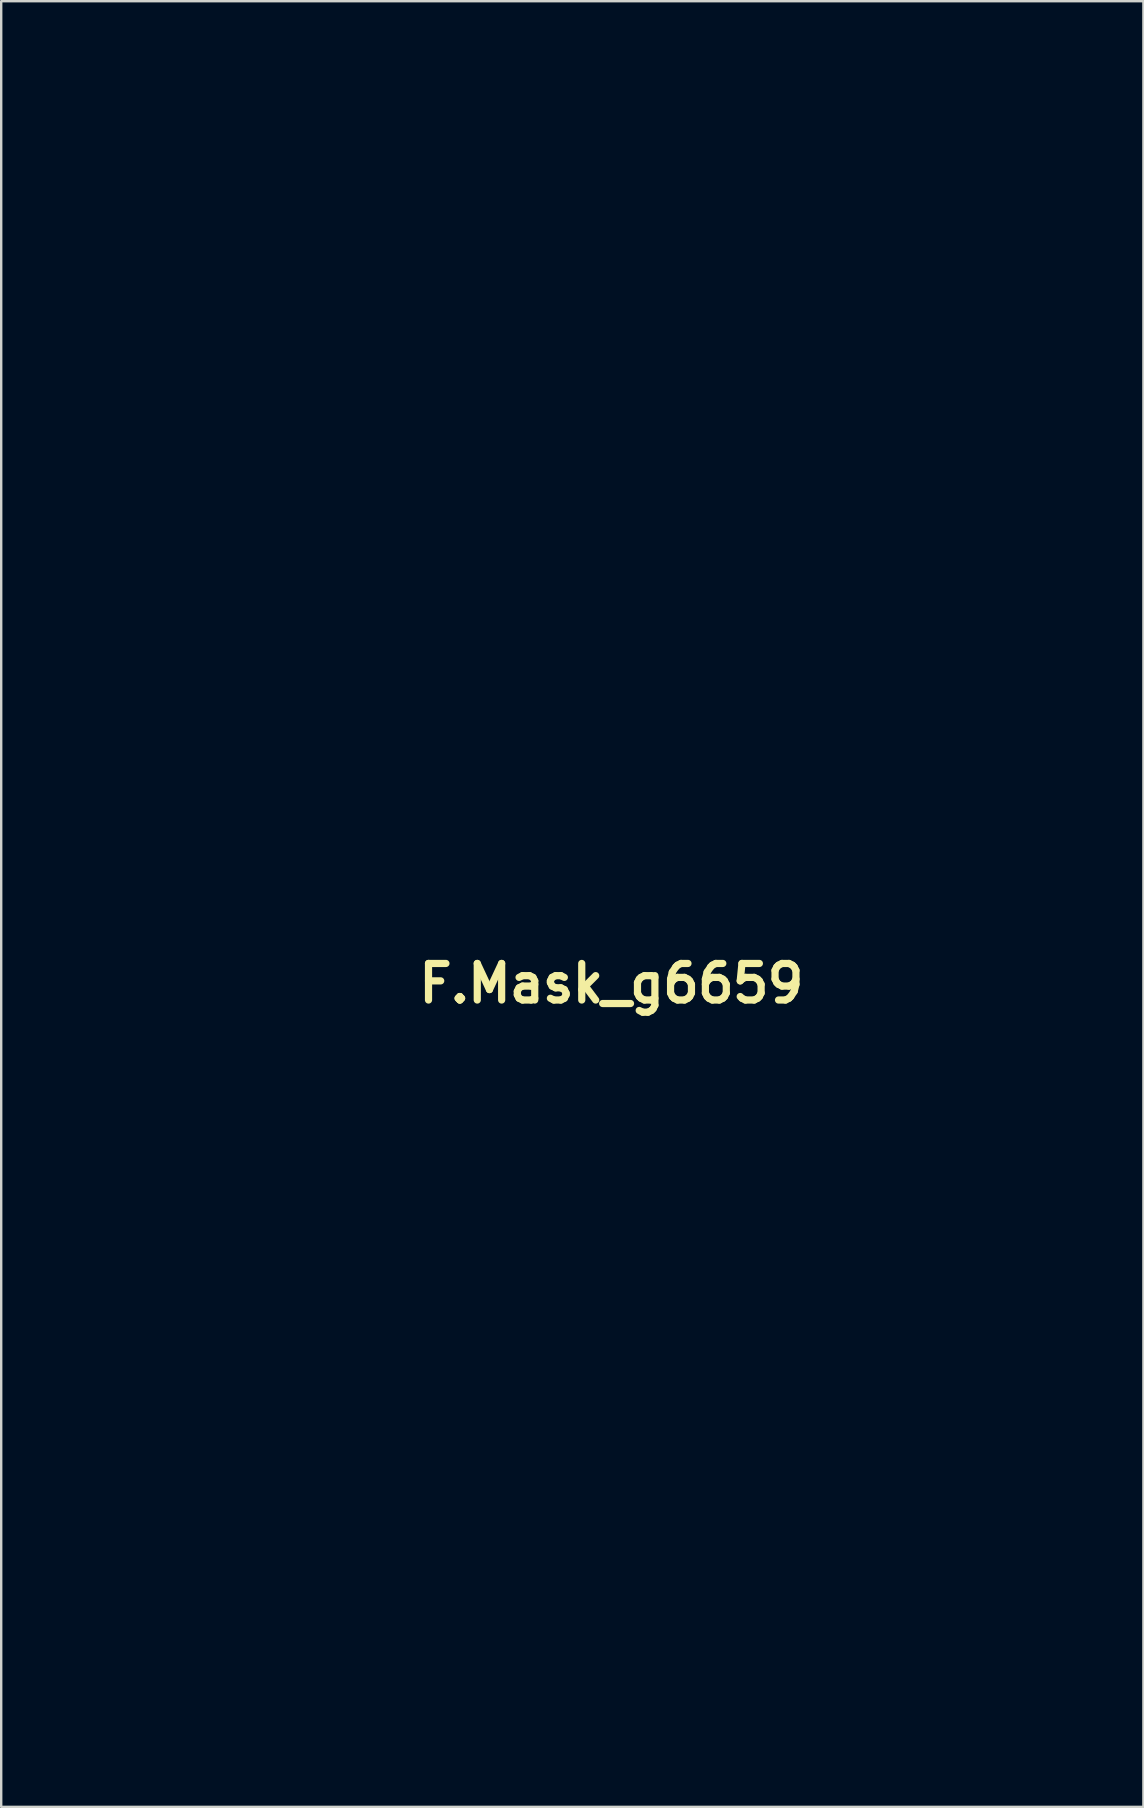
<source format=kicad_pcb>
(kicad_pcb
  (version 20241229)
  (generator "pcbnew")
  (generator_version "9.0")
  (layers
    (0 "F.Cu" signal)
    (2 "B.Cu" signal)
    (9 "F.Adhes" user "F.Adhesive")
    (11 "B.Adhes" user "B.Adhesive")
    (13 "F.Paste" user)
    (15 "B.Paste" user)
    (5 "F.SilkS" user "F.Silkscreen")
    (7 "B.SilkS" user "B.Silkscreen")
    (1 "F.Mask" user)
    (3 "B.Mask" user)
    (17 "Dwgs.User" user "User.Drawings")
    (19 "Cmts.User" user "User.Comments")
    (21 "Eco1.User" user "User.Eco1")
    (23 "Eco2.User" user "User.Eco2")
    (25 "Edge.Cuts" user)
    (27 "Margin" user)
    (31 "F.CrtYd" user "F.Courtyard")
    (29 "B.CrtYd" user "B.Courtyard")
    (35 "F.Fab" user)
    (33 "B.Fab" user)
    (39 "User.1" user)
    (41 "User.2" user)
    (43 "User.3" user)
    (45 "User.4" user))
  (footprint "F.Mask_g6659"
    (layer "F.Cu")
    (at 22.428 37.936)
    (property "Reference" "F.Mask_g6659" (at 0 0 0) (layer "F.SilkS") (effects (font (size 1.524 1.524) (thickness 0.3))))
    (attr through_hole)
    (fp_poly (pts (xy -8 -31.444) (xy -7.606 -31.283) (xy -7.312 -31.003) (xy -7.221 -30.861) (xy -7.061 -30.497) (xy -7.036 -30.216) (xy -7.144 -30.026) (xy -7.245 -29.97) (xy -7.405 -29.917) (xy -7.549 -29.902) (xy -7.741 -29.925) (xy -7.959 -29.968) (xy -8.416 -30.103) (xy -8.817 -30.295) (xy -9.133 -30.526) (xy -9.336 -30.775) (xy -9.398 -30.991) (xy -9.336 -31.235) (xy -9.143 -31.397) (xy -8.81 -31.481) (xy -8.511 -31.496) (xy -8 -31.444)) (stroke (width 0.01) (type solid)) (fill yes) (layer "F.Mask"))
    (fp_poly (pts (xy -2.227 -37.891) (xy -2.062 -37.76) (xy -1.961 -37.516) (xy -1.913 -37.139) (xy -1.905 -36.827) (xy -1.912 -36.443) (xy -1.937 -36.182) (xy -1.988 -36.001) (xy -2.075 -35.852) (xy -2.083 -35.841) (xy -2.3 -35.627) (xy -2.507 -35.581) (xy -2.7 -35.703) (xy -2.789 -35.827) (xy -2.95 -36.186) (xy -3.033 -36.581) (xy -3.045 -36.978) (xy -2.989 -37.344) (xy -2.871 -37.647) (xy -2.696 -37.854) (xy -2.468 -37.931) (xy -2.467 -37.931) (xy -2.227 -37.891)) (stroke (width 0.01) (type solid)) (fill yes) (layer "F.Mask"))
    (fp_poly (pts (xy 2.177 -35.755) (xy 2.37 -35.594) (xy 2.45 -35.357) (xy 2.416 -35.069) (xy 2.269 -34.757) (xy 2.006 -34.446) (xy 1.905 -34.356) (xy 1.54 -34.091) (xy 1.246 -33.968) (xy 1.006 -33.984) (xy 0.801 -34.135) (xy 0.768 -34.174) (xy 0.646 -34.368) (xy 0.594 -34.53) (xy 0.594 -34.534) (xy 0.656 -34.684) (xy 0.816 -34.902) (xy 1.041 -35.155) (xy 1.295 -35.407) (xy 1.544 -35.623) (xy 1.753 -35.77) (xy 1.872 -35.814) (xy 2.177 -35.755)) (stroke (width 0.01) (type solid)) (fill yes) (layer "F.Mask"))
    (fp_poly (pts (xy 3.648 -33.741) (xy 3.813 -33.653) (xy 3.946 -33.431) (xy 3.981 -33.144) (xy 3.92 -32.863) (xy 3.808 -32.697) (xy 3.596 -32.565) (xy 3.286 -32.446) (xy 2.928 -32.353) (xy 2.571 -32.294) (xy 2.264 -32.28) (xy 2.057 -32.321) (xy 2.04 -32.332) (xy 1.963 -32.468) (xy 1.929 -32.704) (xy 1.937 -32.975) (xy 1.985 -33.215) (xy 2.046 -33.333) (xy 2.282 -33.524) (xy 2.61 -33.669) (xy 2.98 -33.76) (xy 3.343 -33.787) (xy 3.648 -33.741)) (stroke (width 0.01) (type solid)) (fill yes) (layer "F.Mask"))
    (fp_poly (pts (xy 3.929 -31.477) (xy 4.072 -31.421) (xy 4.196 -31.322) (xy 4.377 -31.094) (xy 4.409 -30.875) (xy 4.288 -30.651) (xy 4.01 -30.405) (xy 3.885 -30.318) (xy 3.519 -30.1) (xy 3.222 -29.997) (xy 2.944 -30) (xy 2.646 -30.098) (xy 2.48 -30.185) (xy 2.399 -30.293) (xy 2.373 -30.482) (xy 2.371 -30.63) (xy 2.41 -30.979) (xy 2.543 -31.223) (xy 2.788 -31.379) (xy 3.166 -31.463) (xy 3.396 -31.482) (xy 3.721 -31.494) (xy 3.929 -31.477)) (stroke (width 0.01) (type solid)) (fill yes) (layer "F.Mask"))
    (fp_poly (pts (xy -8.259 -33.91) (xy -7.868 -33.809) (xy -7.493 -33.666) (xy -7.185 -33.501) (xy -7.004 -33.344) (xy -6.895 -33.16) (xy -6.891 -32.985) (xy -6.933 -32.843) (xy -7.062 -32.542) (xy -7.217 -32.363) (xy -7.434 -32.288) (xy -7.75 -32.301) (xy -8.016 -32.346) (xy -8.448 -32.474) (xy -8.85 -32.668) (xy -9.081 -32.832) (xy -9.202 -33.042) (xy -9.216 -33.334) (xy -9.122 -33.656) (xy -9.099 -33.702) (xy -8.992 -33.864) (xy -8.85 -33.935) (xy -8.613 -33.949) (xy -8.259 -33.91)) (stroke (width 0.01) (type solid)) (fill yes) (layer "F.Mask"))
    (fp_poly (pts (xy -6.632 -35.691) (xy -6.49 -35.605) (xy -6.298 -35.435) (xy -6.056 -35.197) (xy -5.75 -34.87) (xy -5.57 -34.613) (xy -5.508 -34.398) (xy -5.555 -34.196) (xy -5.679 -34.005) (xy -5.87 -33.836) (xy -6.094 -33.797) (xy -6.377 -33.889) (xy -6.613 -34.023) (xy -6.846 -34.206) (xy -7.095 -34.456) (xy -7.328 -34.732) (xy -7.51 -34.995) (xy -7.61 -35.204) (xy -7.62 -35.262) (xy -7.543 -35.413) (xy -7.343 -35.558) (xy -7.062 -35.669) (xy -6.912 -35.701) (xy -6.761 -35.717) (xy -6.632 -35.691)) (stroke (width 0.01) (type solid)) (fill yes) (layer "F.Mask"))
    (fp_poly (pts (xy -5.104 -37.361) (xy -4.851 -37.265) (xy -4.6 -37.151) (xy -4.295 -36.945) (xy -4.085 -36.641) (xy -3.952 -36.211) (xy -3.931 -36.09) (xy -3.91 -35.844) (xy -3.963 -35.676) (xy -4.093 -35.524) (xy -4.368 -35.343) (xy -4.609 -35.306) (xy -4.766 -35.319) (xy -4.897 -35.376) (xy -5.037 -35.504) (xy -5.221 -35.732) (xy -5.33 -35.877) (xy -5.598 -36.284) (xy -5.736 -36.61) (xy -5.747 -36.88) (xy -5.635 -37.117) (xy -5.544 -37.22) (xy -5.41 -37.335) (xy -5.277 -37.383) (xy -5.104 -37.361)) (stroke (width 0.01) (type solid)) (fill yes) (layer "F.Mask"))
    (fp_poly (pts (xy 0.212 -37.095) (xy 0.41 -37.006) (xy 0.503 -36.831) (xy 0.501 -36.552) (xy 0.412 -36.147) (xy 0.377 -36.024) (xy 0.22 -35.601) (xy 0.025 -35.316) (xy -0.237 -35.137) (xy -0.459 -35.063) (xy -0.766 -34.993) (xy -0.964 -34.974) (xy -1.104 -35.006) (xy -1.181 -35.048) (xy -1.23 -35.105) (xy -1.238 -35.213) (xy -1.202 -35.401) (xy -1.115 -35.699) (xy -1.029 -35.967) (xy -0.863 -36.439) (xy -0.71 -36.766) (xy -0.551 -36.974) (xy -0.367 -37.085) (xy -0.141 -37.121) (xy -0.099 -37.122) (xy 0.212 -37.095)) (stroke (width 0.01) (type solid)) (fill yes) (layer "F.Mask"))
    (fp_poly (pts (xy 12.11 -8.311) (xy 12.678 -8.11) (xy 13.163 -7.799) (xy 13.55 -7.397) (xy 13.827 -6.923) (xy 13.979 -6.396) (xy 13.995 -5.837) (xy 13.86 -5.264) (xy 13.765 -5.043) (xy 13.591 -4.745) (xy 13.39 -4.475) (xy 13.267 -4.351) (xy 12.752 -4.015) (xy 12.157 -3.791) (xy 11.531 -3.693) (xy 10.933 -3.732) (xy 10.323 -3.926) (xy 9.81 -4.236) (xy 9.402 -4.642) (xy 9.112 -5.121) (xy 8.95 -5.652) (xy 8.926 -6.214) (xy 9.052 -6.785) (xy 9.231 -7.174) (xy 9.606 -7.666) (xy 10.091 -8.036) (xy 10.67 -8.277) (xy 11.329 -8.379) (xy 11.47 -8.382) (xy 12.11 -8.311)) (stroke (width 0.01) (type solid)) (fill yes) (layer "F.Mask"))
    (fp_poly (pts (xy -14.066 -7.942) (xy -13.558 -7.745) (xy -13.038 -7.378) (xy -12.651 -6.929) (xy -12.4 -6.422) (xy -12.289 -5.879) (xy -12.321 -5.325) (xy -12.501 -4.782) (xy -12.831 -4.274) (xy -12.983 -4.109) (xy -13.433 -3.734) (xy -13.838 -3.529) (xy -14.237 -3.438) (xy -14.714 -3.397) (xy -15.199 -3.406) (xy -15.622 -3.466) (xy -15.774 -3.509) (xy -16.318 -3.783) (xy -16.784 -4.177) (xy -17.137 -4.656) (xy -17.267 -4.937) (xy -17.344 -5.295) (xy -17.359 -5.736) (xy -17.315 -6.187) (xy -17.216 -6.576) (xy -17.176 -6.67) (xy -16.862 -7.143) (xy -16.43 -7.55) (xy -15.928 -7.845) (xy -15.836 -7.883) (xy -15.273 -8.019) (xy -14.663 -8.038) (xy -14.066 -7.942)) (stroke (width 0.01) (type solid)) (fill yes) (layer "F.Mask"))
    (fp_poly (pts (xy 12.279 19.606) (xy 12.408 19.765) (xy 12.48 19.968) (xy 12.526 20.283) (xy 12.546 20.657) (xy 12.537 21.034) (xy 12.499 21.361) (xy 12.454 21.526) (xy 12.323 21.707) (xy 12.151 21.757) (xy 11.989 21.667) (xy 11.944 21.601) (xy 11.849 21.323) (xy 11.797 20.962) (xy 11.788 20.579) (xy 12.067 20.579) (xy 12.073 20.863) (xy 12.1 21.12) (xy 12.141 21.306) (xy 12.193 21.375) (xy 12.203 21.372) (xy 12.239 21.271) (xy 12.265 21.046) (xy 12.276 20.744) (xy 12.277 20.701) (xy 12.265 20.364) (xy 12.234 20.135) (xy 12.19 20.029) (xy 12.142 20.06) (xy 12.096 20.242) (xy 12.085 20.312) (xy 12.067 20.579) (xy 11.788 20.579) (xy 11.787 20.567) (xy 11.818 20.188) (xy 11.888 19.876) (xy 11.992 19.685) (xy 12.148 19.573) (xy 12.279 19.606)) (stroke (width 0.01) (type solid)) (fill yes) (layer "F.Mask"))
    (fp_poly (pts (xy -18.22 23.342) (xy -18.058 23.529) (xy -17.932 23.82) (xy -17.863 24.198) (xy -17.851 24.606) (xy -17.895 24.986) (xy -17.998 25.283) (xy -18.04 25.346) (xy -18.253 25.524) (xy -18.484 25.578) (xy -18.685 25.507) (xy -18.8 25.348) (xy -18.847 25.133) (xy -18.877 24.812) (xy -18.882 24.662) (xy -18.616 24.662) (xy -18.585 25.013) (xy -18.522 25.225) (xy -18.431 25.29) (xy -18.314 25.2) (xy -18.226 25.055) (xy -18.14 24.751) (xy -18.128 24.37) (xy -18.189 23.988) (xy -18.244 23.823) (xy -18.362 23.608) (xy -18.462 23.557) (xy -18.54 23.667) (xy -18.592 23.935) (xy -18.61 24.179) (xy -18.616 24.662) (xy -18.882 24.662) (xy -18.89 24.434) (xy -18.886 24.049) (xy -18.865 23.707) (xy -18.828 23.456) (xy -18.8 23.375) (xy -18.645 23.227) (xy -18.441 23.219) (xy -18.22 23.342)) (stroke (width 0.01) (type solid)) (fill yes) (layer "F.Mask"))
    (fp_poly (pts (xy 18.002 -8.082) (xy 18.36 -8.07) (xy 18.652 -8.048) (xy 18.837 -8.016) (xy 18.876 -7.997) (xy 18.962 -7.828) (xy 19.038 -7.518) (xy 19.1 -7.096) (xy 19.144 -6.589) (xy 19.166 -6.026) (xy 19.168 -5.927) (xy 19.168 -5.486) (xy 19.155 -5.172) (xy 19.123 -4.939) (xy 19.066 -4.746) (xy 18.979 -4.551) (xy 18.781 -4.149) (xy 17.751 -4.16) (xy 17.333 -4.168) (xy 16.961 -4.18) (xy 16.678 -4.194) (xy 16.527 -4.209) (xy 16.348 -4.322) (xy 16.185 -4.591) (xy 16.035 -5.021) (xy 15.897 -5.616) (xy 15.88 -5.705) (xy 15.739 -6.457) (xy 16.033 -6.726) (xy 16.289 -7.047) (xy 16.384 -7.329) (xy 16.445 -7.652) (xy 16.506 -7.847) (xy 16.589 -7.954) (xy 16.715 -8.012) (xy 16.748 -8.022) (xy 16.951 -8.054) (xy 17.256 -8.075) (xy 17.62 -8.084) (xy 18.002 -8.082)) (stroke (width 0.01) (type solid)) (fill yes) (layer "F.Mask"))
    (fp_poly (pts (xy -8.088 -8.101) (xy -7.857 -8.027) (xy -7.708 -7.886) (xy -7.613 -7.661) (xy -7.545 -7.342) (xy -7.504 -7.02) (xy -7.473 -6.596) (xy -7.454 -6.135) (xy -7.451 -5.874) (xy -7.456 -5.437) (xy -7.475 -5.125) (xy -7.515 -4.893) (xy -7.582 -4.695) (xy -7.641 -4.569) (xy -7.832 -4.191) (xy -8.89 -4.174) (xy -9.313 -4.173) (xy -9.687 -4.184) (xy -9.974 -4.204) (xy -10.132 -4.232) (xy -10.134 -4.233) (xy -10.288 -4.333) (xy -10.418 -4.508) (xy -10.529 -4.778) (xy -10.629 -5.161) (xy -10.724 -5.677) (xy -10.813 -6.292) (xy -10.828 -6.509) (xy -10.781 -6.616) (xy -10.674 -6.663) (xy -10.477 -6.797) (xy -10.316 -7.073) (xy -10.204 -7.466) (xy -10.193 -7.53) (xy -10.142 -7.741) (xy -10.048 -7.891) (xy -9.885 -7.992) (xy -9.625 -8.055) (xy -9.241 -8.094) (xy -8.913 -8.111) (xy -8.431 -8.124) (xy -8.088 -8.101)) (stroke (width 0.01) (type solid)) (fill yes) (layer "F.Mask"))
    (fp_poly (pts (xy -11.946 -2.831) (xy -11.783 -2.631) (xy -11.542 -2.298) (xy -11.296 -2.461) (xy -11.046 -2.59) (xy -10.835 -2.599) (xy -10.62 -2.477) (xy -10.403 -2.265) (xy -10.078 -1.855) (xy -9.839 -1.44) (xy -9.7 -1.051) (xy -9.671 -0.717) (xy -9.725 -0.529) (xy -9.84 -0.414) (xy -10.064 -0.256) (xy -10.355 -0.085) (xy -10.432 -0.044) (xy -10.809 0.168) (xy -11.204 0.416) (xy -11.53 0.647) (xy -11.906 0.906) (xy -12.213 1.04) (xy -12.487 1.057) (xy -12.761 0.966) (xy -12.767 0.963) (xy -12.982 0.819) (xy -13.131 0.658) (xy -13.139 0.644) (xy -13.242 0.485) (xy -13.415 0.253) (xy -13.58 0.048) (xy -13.928 -0.37) (xy -13.928 -1.11) (xy -13.907 -1.588) (xy -13.834 -1.931) (xy -13.692 -2.167) (xy -13.466 -2.327) (xy -13.224 -2.417) (xy -12.916 -2.542) (xy -12.62 -2.711) (xy -12.576 -2.743) (xy -12.318 -2.91) (xy -12.124 -2.942) (xy -11.946 -2.831)) (stroke (width 0.01) (type solid)) (fill yes) (layer "F.Mask"))
    (fp_poly (pts (xy -20.48 -8.117) (xy -20.048 -8.091) (xy -19.678 -8.047) (xy -19.404 -7.99) (xy -19.258 -7.923) (xy -19.245 -7.904) (xy -19.248 -7.754) (xy -19.313 -7.529) (xy -19.345 -7.453) (xy -19.431 -7.246) (xy -19.441 -7.107) (xy -19.365 -6.962) (xy -19.262 -6.824) (xy -19.158 -6.679) (xy -19.095 -6.549) (xy -19.07 -6.396) (xy -19.084 -6.184) (xy -19.135 -5.878) (xy -19.217 -5.461) (xy -19.341 -4.967) (xy -19.498 -4.618) (xy -19.717 -4.388) (xy -20.024 -4.254) (xy -20.447 -4.189) (xy -20.634 -4.179) (xy -20.965 -4.173) (xy -21.24 -4.181) (xy -21.406 -4.201) (xy -21.421 -4.206) (xy -21.693 -4.367) (xy -21.964 -4.599) (xy -22.171 -4.845) (xy -22.231 -4.955) (xy -22.337 -5.33) (xy -22.402 -5.826) (xy -22.423 -6.4) (xy -22.397 -6.98) (xy -22.349 -7.425) (xy -22.276 -7.73) (xy -22.151 -7.922) (xy -21.95 -8.032) (xy -21.646 -8.088) (xy -21.401 -8.108) (xy -20.942 -8.124) (xy -20.48 -8.117)) (stroke (width 0.01) (type solid)) (fill yes) (layer "F.Mask"))
    (fp_poly (pts (xy -16.301 24.243) (xy -16.209 24.32) (xy -16.173 24.38) (xy -16.13 24.546) (xy -16.098 24.834) (xy -16.078 25.205) (xy -16.07 25.62) (xy -16.074 26.038) (xy -16.089 26.423) (xy -16.116 26.733) (xy -16.154 26.93) (xy -16.174 26.969) (xy -16.296 27.081) (xy -16.415 27.096) (xy -16.545 27.003) (xy -16.699 26.788) (xy -16.891 26.437) (xy -17.053 26.109) (xy -17.307 25.544) (xy -17.46 25.101) (xy -17.497 24.853) (xy -17.272 24.853) (xy -17.237 24.968) (xy -17.14 25.201) (xy -16.998 25.518) (xy -16.828 25.878) (xy -16.383 26.793) (xy -16.358 25.821) (xy -16.353 25.413) (xy -16.356 25.051) (xy -16.368 24.779) (xy -16.383 24.65) (xy -16.435 24.523) (xy -16.537 24.483) (xy -16.747 24.51) (xy -17.079 24.61) (xy -17.248 24.755) (xy -17.272 24.853) (xy -17.497 24.853) (xy -17.51 24.768) (xy -17.453 24.528) (xy -17.288 24.367) (xy -17.012 24.271) (xy -16.729 24.233) (xy -16.457 24.219) (xy -16.301 24.243)) (stroke (width 0.01) (type solid)) (fill yes) (layer "F.Mask"))
    (fp_poly (pts (xy 6.107 -8.098) (xy 6.533 -8.081) (xy 6.904 -8.05) (xy 7.182 -8.005) (xy 7.331 -7.945) (xy 7.333 -7.944) (xy 7.415 -7.842) (xy 7.418 -7.737) (xy 7.337 -7.569) (xy 7.291 -7.491) (xy 7.108 -7.179) (xy 7.362 -6.795) (xy 7.509 -6.546) (xy 7.57 -6.334) (xy 7.55 -6.097) (xy 7.455 -5.771) (xy 7.451 -5.757) (xy 7.394 -5.537) (xy 7.339 -5.252) (xy 7.328 -5.175) (xy 7.254 -4.816) (xy 7.13 -4.576) (xy 6.924 -4.404) (xy 6.745 -4.313) (xy 6.409 -4.212) (xy 5.996 -4.161) (xy 5.579 -4.163) (xy 5.23 -4.221) (xy 5.165 -4.243) (xy 4.89 -4.409) (xy 4.618 -4.662) (xy 4.406 -4.944) (xy 4.327 -5.116) (xy 4.25 -5.477) (xy 4.205 -5.915) (xy 4.192 -6.39) (xy 4.208 -6.866) (xy 4.251 -7.302) (xy 4.321 -7.662) (xy 4.414 -7.906) (xy 4.454 -7.959) (xy 4.597 -8.017) (xy 4.871 -8.059) (xy 5.239 -8.087) (xy 5.663 -8.1) (xy 6.107 -8.098)) (stroke (width 0.01) (type solid)) (fill yes) (layer "F.Mask"))
    (fp_poly (pts (xy 11.966 24.175) (xy 12.135 24.416) (xy 12.243 24.697) (xy 12.335 25.192) (xy 12.314 25.692) (xy 12.175 26.246) (xy 12.108 26.438) (xy 11.991 26.718) (xy 11.889 26.868) (xy 11.776 26.922) (xy 11.737 26.924) (xy 11.54 26.881) (xy 11.447 26.822) (xy 11.407 26.7) (xy 11.377 26.447) (xy 11.356 26.103) (xy 11.345 25.706) (xy 11.345 25.375) (xy 11.602 25.375) (xy 11.603 25.734) (xy 11.612 26.074) (xy 11.629 26.355) (xy 11.654 26.537) (xy 11.677 26.585) (xy 11.744 26.512) (xy 11.836 26.322) (xy 11.903 26.141) (xy 12.036 25.518) (xy 12.008 24.939) (xy 11.945 24.701) (xy 11.845 24.464) (xy 11.755 24.395) (xy 11.678 24.494) (xy 11.653 24.575) (xy 11.626 24.755) (xy 11.609 25.035) (xy 11.602 25.375) (xy 11.345 25.375) (xy 11.345 25.295) (xy 11.355 24.908) (xy 11.375 24.585) (xy 11.407 24.364) (xy 11.428 24.304) (xy 11.592 24.109) (xy 11.778 24.07) (xy 11.966 24.175)) (stroke (width 0.01) (type solid)) (fill yes) (layer "F.Mask"))
    (fp_poly (pts (xy 14.679 -2.843) (xy 14.855 -2.63) (xy 15.086 -2.298) (xy 15.353 -2.461) (xy 15.568 -2.57) (xy 15.742 -2.623) (xy 15.759 -2.624) (xy 15.888 -2.56) (xy 16.079 -2.389) (xy 16.298 -2.15) (xy 16.515 -1.879) (xy 16.698 -1.612) (xy 16.809 -1.405) (xy 16.928 -1.026) (xy 16.925 -0.72) (xy 16.787 -0.462) (xy 16.501 -0.226) (xy 16.189 -0.05) (xy 15.831 0.149) (xy 15.425 0.402) (xy 15.056 0.655) (xy 15.038 0.669) (xy 14.721 0.895) (xy 14.492 1.027) (xy 14.309 1.077) (xy 14.129 1.06) (xy 13.954 1.004) (xy 13.802 0.902) (xy 13.586 0.7) (xy 13.342 0.432) (xy 13.22 0.284) (xy 12.902 -0.159) (xy 12.711 -0.553) (xy 12.632 -0.946) (xy 12.653 -1.384) (xy 12.699 -1.648) (xy 12.806 -2.001) (xy 12.972 -2.227) (xy 13.235 -2.367) (xy 13.42 -2.417) (xy 13.646 -2.507) (xy 13.905 -2.66) (xy 13.986 -2.719) (xy 14.268 -2.903) (xy 14.487 -2.946) (xy 14.679 -2.843)) (stroke (width 0.01) (type solid)) (fill yes) (layer "F.Mask"))
    (fp_poly (pts (xy -15.542 19.252) (xy -15.447 19.362) (xy -15.376 19.567) (xy -15.325 19.887) (xy -15.291 20.337) (xy -15.269 20.938) (xy -15.268 20.989) (xy -15.258 21.498) (xy -15.258 21.865) (xy -15.269 22.118) (xy -15.295 22.284) (xy -15.336 22.391) (xy -15.379 22.449) (xy -15.602 22.585) (xy -15.856 22.58) (xy -16.045 22.466) (xy -16.237 22.157) (xy -16.331 21.716) (xy -16.328 21.276) (xy -16.038 21.276) (xy -16.031 21.701) (xy -15.966 22.023) (xy -15.881 22.176) (xy -15.758 22.285) (xy -15.666 22.292) (xy -15.604 22.184) (xy -15.565 21.947) (xy -15.547 21.567) (xy -15.545 21.049) (xy -15.558 20.472) (xy -15.584 20.062) (xy -15.624 19.818) (xy -15.68 19.741) (xy -15.75 19.828) (xy -15.837 20.079) (xy -15.881 20.246) (xy -15.988 20.78) (xy -16.038 21.276) (xy -16.328 21.276) (xy -16.328 21.149) (xy -16.226 20.463) (xy -16.215 20.41) (xy -16.091 19.893) (xy -15.969 19.531) (xy -15.842 19.313) (xy -15.703 19.223) (xy -15.666 19.219) (xy -15.542 19.252)) (stroke (width 0.01) (type solid)) (fill yes) (layer "F.Mask"))
    (fp_poly (pts (xy 13.69 23.305) (xy 13.896 23.332) (xy 13.955 23.355) (xy 14.068 23.515) (xy 14.144 23.798) (xy 14.182 24.161) (xy 14.18 24.559) (xy 14.135 24.95) (xy 14.047 25.29) (xy 14.045 25.294) (xy 13.917 25.45) (xy 13.732 25.47) (xy 13.538 25.35) (xy 13.526 25.337) (xy 13.436 25.192) (xy 13.31 24.936) (xy 13.17 24.613) (xy 13.118 24.484) (xy 12.98 24.114) (xy 12.909 23.857) (xy 12.898 23.717) (xy 13.208 23.717) (xy 13.241 23.962) (xy 13.373 24.331) (xy 13.382 24.352) (xy 13.5 24.633) (xy 13.605 24.883) (xy 13.642 24.972) (xy 13.725 25.103) (xy 13.795 25.076) (xy 13.847 24.903) (xy 13.878 24.594) (xy 13.884 24.337) (xy 13.87 23.958) (xy 13.815 23.717) (xy 13.703 23.587) (xy 13.519 23.54) (xy 13.445 23.537) (xy 13.276 23.58) (xy 13.208 23.717) (xy 12.898 23.717) (xy 12.894 23.675) (xy 12.92 23.553) (xy 12.989 23.414) (xy 13.104 23.342) (xy 13.319 23.31) (xy 13.421 23.304) (xy 13.69 23.305)) (stroke (width 0.01) (type solid)) (fill yes) (layer "F.Mask"))
    (fp_poly (pts (xy -12.003 -13.067) (xy -11.471 -12.821) (xy -11.304 -12.701) (xy -11.054 -12.536) (xy -10.801 -12.419) (xy -10.734 -12.4) (xy -10.528 -12.306) (xy -10.268 -12.119) (xy -10.062 -11.932) (xy -9.815 -11.654) (xy -9.672 -11.398) (xy -9.637 -11.143) (xy -9.717 -10.868) (xy -9.916 -10.552) (xy -10.24 -10.174) (xy -10.634 -9.773) (xy -10.979 -9.438) (xy -11.237 -9.209) (xy -11.438 -9.068) (xy -11.613 -9.001) (xy -11.795 -8.99) (xy -12.013 -9.021) (xy -12.078 -9.033) (xy -12.25 -9.149) (xy -12.343 -9.409) (xy -12.36 -9.631) (xy -12.428 -9.779) (xy -12.63 -9.823) (xy -12.965 -9.763) (xy -13.219 -9.682) (xy -13.475 -9.609) (xy -13.679 -9.583) (xy -13.74 -9.591) (xy -13.818 -9.702) (xy -13.883 -9.948) (xy -13.932 -10.295) (xy -13.96 -10.71) (xy -13.965 -11.159) (xy -13.949 -11.528) (xy -13.918 -11.855) (xy -13.867 -12.071) (xy -13.773 -12.235) (xy -13.621 -12.4) (xy -13.4 -12.632) (xy -13.199 -12.865) (xy -13.153 -12.924) (xy -13.003 -13.082) (xy -12.827 -13.149) (xy -12.602 -13.158) (xy -12.003 -13.067)) (stroke (width 0.01) (type solid)) (fill yes) (layer "F.Mask"))
    (fp_poly (pts (xy 9.848 24.815) (xy 10.068 24.911) (xy 10.331 25.068) (xy 10.486 25.248) (xy 10.569 25.442) (xy 10.65 25.939) (xy 10.591 26.502) (xy 10.397 27.111) (xy 10.074 27.745) (xy 10.019 27.834) (xy 9.798 28.134) (xy 9.609 28.271) (xy 9.446 28.246) (xy 9.301 28.06) (xy 9.254 27.961) (xy 9.15 27.591) (xy 9.089 27.109) (xy 9.078 26.701) (xy 9.356 26.701) (xy 9.377 27.157) (xy 9.435 27.554) (xy 9.495 27.761) (xy 9.578 27.978) (xy 9.811 27.599) (xy 9.983 27.292) (xy 10.141 26.967) (xy 10.187 26.859) (xy 10.268 26.559) (xy 10.317 26.193) (xy 10.329 25.828) (xy 10.301 25.531) (xy 10.277 25.446) (xy 10.169 25.315) (xy 9.979 25.183) (xy 9.965 25.175) (xy 9.784 25.093) (xy 9.683 25.098) (xy 9.603 25.184) (xy 9.495 25.426) (xy 9.417 25.79) (xy 9.37 26.23) (xy 9.356 26.701) (xy 9.078 26.701) (xy 9.075 26.568) (xy 9.111 26.021) (xy 9.134 25.848) (xy 9.223 25.363) (xy 9.324 25.032) (xy 9.452 24.841) (xy 9.621 24.773) (xy 9.848 24.815)) (stroke (width 0.01) (type solid)) (fill yes) (layer "F.Mask"))
    (fp_poly (pts (xy 14.342 -13.131) (xy 14.733 -13.026) (xy 15.087 -12.866) (xy 15.198 -12.796) (xy 15.5 -12.603) (xy 15.834 -12.423) (xy 15.917 -12.384) (xy 16.206 -12.216) (xy 16.505 -11.986) (xy 16.627 -11.87) (xy 16.815 -11.662) (xy 16.907 -11.501) (xy 16.93 -11.316) (xy 16.914 -11.09) (xy 16.872 -10.853) (xy 16.779 -10.633) (xy 16.617 -10.401) (xy 16.363 -10.128) (xy 15.997 -9.786) (xy 15.943 -9.737) (xy 15.802 -9.6) (xy 15.606 -9.398) (xy 15.507 -9.292) (xy 15.207 -9.051) (xy 14.89 -8.973) (xy 14.528 -9.051) (xy 14.511 -9.058) (xy 14.365 -9.19) (xy 14.28 -9.459) (xy 14.277 -9.476) (xy 14.231 -9.695) (xy 14.156 -9.794) (xy 14.007 -9.818) (xy 13.948 -9.818) (xy 13.679 -9.777) (xy 13.462 -9.694) (xy 13.205 -9.595) (xy 12.964 -9.578) (xy 12.793 -9.643) (xy 12.751 -9.701) (xy 12.732 -9.833) (xy 12.716 -10.097) (xy 12.705 -10.459) (xy 12.7 -10.882) (xy 12.7 -10.971) (xy 12.7 -12.106) (xy 12.963 -12.34) (xy 13.167 -12.553) (xy 13.329 -12.777) (xy 13.348 -12.809) (xy 13.507 -13.009) (xy 13.689 -13.129) (xy 13.975 -13.17) (xy 14.342 -13.131)) (stroke (width 0.01) (type solid)) (fill yes) (layer "F.Mask"))
    (fp_poly (pts (xy -17.117 -13.163) (xy -17.083 -12.967) (xy -17.09 -12.825) (xy -17.116 -12.531) (xy -16.725 -12.531) (xy -16.482 -12.521) (xy -16.344 -12.464) (xy -16.245 -12.317) (xy -16.179 -12.171) (xy -16.043 -11.911) (xy -15.89 -11.697) (xy -15.844 -11.65) (xy -15.716 -11.497) (xy -15.678 -11.322) (xy -15.732 -11.093) (xy -15.884 -10.779) (xy -16.005 -10.568) (xy -16.232 -10.214) (xy -16.424 -9.988) (xy -16.612 -9.867) (xy -16.829 -9.823) (xy -16.901 -9.821) (xy -17.127 -9.799) (xy -17.428 -9.725) (xy -17.84 -9.591) (xy -17.977 -9.543) (xy -18.201 -9.411) (xy -18.347 -9.258) (xy -18.508 -9.103) (xy -18.679 -9.068) (xy -18.809 -9.158) (xy -18.833 -9.213) (xy -18.899 -9.347) (xy -19.038 -9.586) (xy -19.224 -9.89) (xy -19.437 -10.225) (xy -19.651 -10.552) (xy -19.844 -10.836) (xy -19.978 -11.02) (xy -20.094 -11.223) (xy -20.147 -11.421) (xy -20.13 -11.562) (xy -20.066 -11.599) (xy -19.96 -11.652) (xy -19.78 -11.787) (xy -19.653 -11.896) (xy -19.396 -12.093) (xy -19.063 -12.302) (xy -18.785 -12.45) (xy -18.409 -12.639) (xy -18.005 -12.859) (xy -17.751 -13.008) (xy -17.435 -13.179) (xy -17.229 -13.232) (xy -17.117 -13.163)) (stroke (width 0.01) (type solid)) (fill yes) (layer "F.Mask"))
    (fp_poly (pts (xy 9.539 -13.124) (xy 9.527 -12.882) (xy 9.524 -12.866) (xy 9.469 -12.54) (xy 9.877 -12.514) (xy 10.125 -12.489) (xy 10.272 -12.424) (xy 10.381 -12.277) (xy 10.467 -12.104) (xy 10.601 -11.855) (xy 10.734 -11.662) (xy 10.786 -11.607) (xy 10.898 -11.442) (xy 10.9 -11.211) (xy 10.791 -10.895) (xy 10.579 -10.501) (xy 10.366 -10.171) (xy 10.181 -9.967) (xy 9.984 -9.861) (xy 9.736 -9.824) (xy 9.652 -9.821) (xy 9.382 -9.785) (xy 9.061 -9.695) (xy 8.739 -9.57) (xy 8.465 -9.431) (xy 8.289 -9.297) (xy 8.256 -9.25) (xy 8.126 -9.09) (xy 7.964 -9.083) (xy 7.801 -9.226) (xy 7.742 -9.323) (xy 7.595 -9.581) (xy 7.381 -9.922) (xy 7.136 -10.295) (xy 6.894 -10.647) (xy 6.69 -10.925) (xy 6.65 -10.976) (xy 6.48 -11.232) (xy 6.454 -11.426) (xy 6.571 -11.591) (xy 6.668 -11.661) (xy 6.875 -11.816) (xy 7.027 -11.961) (xy 7.16 -12.069) (xy 7.4 -12.221) (xy 7.702 -12.39) (xy 7.789 -12.435) (xy 8.167 -12.631) (xy 8.562 -12.841) (xy 8.893 -13.022) (xy 8.91 -13.031) (xy 9.171 -13.163) (xy 9.38 -13.24) (xy 9.487 -13.247) (xy 9.539 -13.124)) (stroke (width 0.01) (type solid)) (fill yes) (layer "F.Mask"))
    (fp_poly (pts (xy 11.097 19.471) (xy 11.235 19.715) (xy 11.339 20.115) (xy 11.409 20.665) (xy 11.442 21.362) (xy 11.444 21.48) (xy 11.443 21.913) (xy 11.423 22.214) (xy 11.381 22.418) (xy 11.313 22.56) (xy 11.128 22.736) (xy 10.926 22.756) (xy 10.742 22.619) (xy 10.718 22.585) (xy 10.659 22.428) (xy 10.59 22.144) (xy 10.519 21.774) (xy 10.458 21.378) (xy 10.4 20.966) (xy 10.346 20.602) (xy 10.303 20.326) (xy 10.28 20.203) (xy 10.605 20.203) (xy 10.621 20.42) (xy 10.662 20.75) (xy 10.706 21.058) (xy 10.781 21.576) (xy 10.841 21.948) (xy 10.888 22.198) (xy 10.929 22.348) (xy 10.968 22.42) (xy 11.007 22.437) (xy 11.09 22.369) (xy 11.125 22.303) (xy 11.164 22.096) (xy 11.179 21.777) (xy 11.172 21.386) (xy 11.147 20.965) (xy 11.106 20.553) (xy 11.054 20.192) (xy 10.992 19.922) (xy 10.93 19.789) (xy 10.835 19.795) (xy 10.715 19.891) (xy 10.652 19.971) (xy 10.615 20.064) (xy 10.605 20.203) (xy 10.28 20.203) (xy 10.276 20.182) (xy 10.305 20.004) (xy 10.431 19.784) (xy 10.612 19.574) (xy 10.804 19.426) (xy 10.928 19.389) (xy 11.097 19.471)) (stroke (width 0.01) (type solid)) (fill yes) (layer "F.Mask"))
    (fp_poly (pts (xy 8.083 25.726) (xy 8.415 25.927) (xy 8.636 26.25) (xy 8.735 26.685) (xy 8.74 26.822) (xy 8.724 27.08) (xy 8.665 27.333) (xy 8.549 27.614) (xy 8.361 27.957) (xy 8.087 28.399) (xy 8.055 28.448) (xy 7.8 28.812) (xy 7.592 29.03) (xy 7.415 29.114) (xy 7.254 29.077) (xy 7.231 29.062) (xy 7.092 28.921) (xy 7.001 28.707) (xy 6.957 28.403) (xy 6.957 28.289) (xy 7.222 28.289) (xy 7.263 28.565) (xy 7.346 28.741) (xy 7.432 28.785) (xy 7.502 28.717) (xy 7.632 28.539) (xy 7.797 28.285) (xy 7.832 28.228) (xy 8.125 27.732) (xy 8.327 27.344) (xy 8.442 27.039) (xy 8.479 26.789) (xy 8.443 26.565) (xy 8.341 26.34) (xy 8.303 26.276) (xy 8.128 26.087) (xy 7.897 25.956) (xy 7.671 25.91) (xy 7.55 25.941) (xy 7.502 26.052) (xy 7.444 26.331) (xy 7.375 26.778) (xy 7.297 27.394) (xy 7.233 27.951) (xy 7.222 28.289) (xy 6.957 28.289) (xy 6.958 27.988) (xy 7.002 27.443) (xy 7.068 26.895) (xy 7.133 26.416) (xy 7.186 26.079) (xy 7.239 25.86) (xy 7.304 25.733) (xy 7.392 25.673) (xy 7.516 25.656) (xy 7.647 25.655) (xy 8.083 25.726)) (stroke (width 0.01) (type solid)) (fill yes) (layer "F.Mask"))
    (fp_poly (pts (xy 8.25 -2.892) (xy 8.523 -2.759) (xy 8.801 -2.58) (xy 9.053 -2.371) (xy 9.144 -2.276) (xy 9.44 -1.94) (xy 9.795 -2.201) (xy 10.004 -2.35) (xy 10.121 -2.405) (xy 10.19 -2.376) (xy 10.24 -2.294) (xy 10.343 -2.141) (xy 10.517 -1.916) (xy 10.677 -1.725) (xy 10.899 -1.42) (xy 10.986 -1.145) (xy 10.939 -0.855) (xy 10.76 -0.508) (xy 10.725 -0.453) (xy 10.58 -0.179) (xy 10.441 0.162) (xy 10.378 0.359) (xy 10.232 0.737) (xy 10.029 0.978) (xy 9.734 1.115) (xy 9.504 1.159) (xy 9.24 1.164) (xy 9.081 1.083) (xy 9.067 1.067) (xy 8.928 0.955) (xy 8.85 0.931) (xy 8.722 0.874) (xy 8.586 0.753) (xy 8.43 0.624) (xy 8.177 0.457) (xy 7.88 0.286) (xy 7.874 0.283) (xy 7.511 0.087) (xy 7.127 -0.127) (xy 6.858 -0.282) (xy 6.602 -0.44) (xy 6.46 -0.565) (xy 6.393 -0.705) (xy 6.367 -0.906) (xy 6.366 -0.92) (xy 6.36 -1.077) (xy 6.38 -1.209) (xy 6.446 -1.344) (xy 6.576 -1.514) (xy 6.789 -1.748) (xy 7.064 -2.036) (xy 7.342 -2.331) (xy 7.571 -2.587) (xy 7.728 -2.777) (xy 7.789 -2.874) (xy 7.789 -2.876) (xy 7.851 -2.965) (xy 8.016 -2.966) (xy 8.25 -2.892)) (stroke (width 0.01) (type solid)) (fill yes) (layer "F.Mask"))
    (fp_poly (pts (xy -12.463 25.701) (xy -12.295 25.786) (xy -12.123 25.932) (xy -11.996 26.113) (xy -11.905 26.355) (xy -11.845 26.687) (xy -11.807 27.134) (xy -11.785 27.692) (xy -11.773 28.184) (xy -11.773 28.536) (xy -11.785 28.774) (xy -11.812 28.928) (xy -11.856 29.024) (xy -11.893 29.068) (xy -12.121 29.199) (xy -12.371 29.165) (xy -12.64 28.965) (xy -12.702 28.899) (xy -12.903 28.648) (xy -13.044 28.404) (xy -13.134 28.129) (xy -13.185 27.784) (xy -13.205 27.331) (xy -13.208 27.006) (xy -13.207 26.924) (xy -12.952 26.924) (xy -12.94 27.454) (xy -12.897 27.856) (xy -12.811 28.171) (xy -12.674 28.438) (xy -12.524 28.642) (xy -12.355 28.83) (xy -12.242 28.899) (xy -12.148 28.869) (xy -12.13 28.855) (xy -12.076 28.783) (xy -12.042 28.654) (xy -12.027 28.44) (xy -12.028 28.112) (xy -12.041 27.688) (xy -12.074 27.108) (xy -12.132 26.674) (xy -12.221 26.36) (xy -12.348 26.145) (xy -12.522 26.003) (xy -12.583 25.973) (xy -12.733 25.927) (xy -12.837 25.964) (xy -12.903 26.102) (xy -12.938 26.363) (xy -12.951 26.766) (xy -12.952 26.924) (xy -13.207 26.924) (xy -13.201 26.592) (xy -13.182 26.229) (xy -13.154 25.957) (xy -13.12 25.818) (xy -12.968 25.694) (xy -12.729 25.654) (xy -12.463 25.701)) (stroke (width 0.01) (type solid)) (fill yes) (layer "F.Mask"))
    (fp_poly (pts (xy -2.065 26.867) (xy -1.968 26.924) (xy -1.631 27.226) (xy -1.407 27.654) (xy -1.295 28.205) (xy -1.297 28.878) (xy -1.333 29.209) (xy -1.389 29.573) (xy -1.454 29.855) (xy -1.551 30.112) (xy -1.699 30.403) (xy -1.889 30.734) (xy -2.128 31.06) (xy -2.361 31.224) (xy -2.583 31.224) (xy -2.733 31.122) (xy -3.067 30.669) (xy -3.3 30.083) (xy -3.43 29.362) (xy -3.459 28.506) (xy -3.456 28.412) (xy -3.431 27.93) (xy -3.389 27.588) (xy -3.175 27.588) (xy -3.168 28.632) (xy -3.15 29.23) (xy -3.1 29.698) (xy -3.009 30.075) (xy -2.867 30.396) (xy -2.666 30.701) (xy -2.661 30.707) (xy -2.52 30.881) (xy -2.426 30.98) (xy -2.41 30.988) (xy -2.355 30.92) (xy -2.254 30.745) (xy -2.193 30.628) (xy -2.061 30.384) (xy -1.94 30.19) (xy -1.903 30.141) (xy -1.78 29.907) (xy -1.685 29.552) (xy -1.622 29.123) (xy -1.593 28.665) (xy -1.602 28.225) (xy -1.651 27.85) (xy -1.73 27.613) (xy -1.961 27.292) (xy -2.234 27.129) (xy -2.533 27.129) (xy -2.844 27.294) (xy -2.898 27.34) (xy -3.175 27.588) (xy -3.389 27.588) (xy -3.388 27.583) (xy -3.313 27.338) (xy -3.193 27.16) (xy -3.014 27.015) (xy -2.872 26.93) (xy -2.57 26.792) (xy -2.324 26.771) (xy -2.065 26.867)) (stroke (width 0.01) (type solid)) (fill yes) (layer "F.Mask"))
    (fp_poly (pts (xy -18.413 -2.911) (xy -18.138 -2.775) (xy -17.847 -2.591) (xy -17.595 -2.392) (xy -17.436 -2.213) (xy -17.309 -2.038) (xy -17.205 -1.95) (xy -17.192 -1.947) (xy -17.084 -1.999) (xy -16.904 -2.131) (xy -16.802 -2.216) (xy -16.623 -2.366) (xy -16.505 -2.414) (xy -16.406 -2.346) (xy -16.284 -2.15) (xy -16.215 -2.023) (xy -16.05 -1.809) (xy -15.879 -1.662) (xy -15.712 -1.459) (xy -15.654 -1.169) (xy -15.706 -0.836) (xy -15.867 -0.502) (xy -15.869 -0.499) (xy -16.014 -0.236) (xy -16.153 0.093) (xy -16.209 0.261) (xy -16.307 0.577) (xy -16.393 0.775) (xy -16.499 0.901) (xy -16.655 1.003) (xy -16.739 1.047) (xy -17.069 1.165) (xy -17.346 1.165) (xy -17.526 1.058) (xy -17.669 0.951) (xy -17.745 0.931) (xy -17.875 0.879) (xy -18.065 0.748) (xy -18.137 0.687) (xy -18.407 0.49) (xy -18.708 0.322) (xy -18.753 0.302) (xy -19.01 0.174) (xy -19.224 0.033) (xy -19.261 0.002) (xy -19.441 -0.128) (xy -19.701 -0.269) (xy -19.822 -0.325) (xy -20.067 -0.447) (xy -20.198 -0.574) (xy -20.263 -0.757) (xy -20.27 -0.795) (xy -20.287 -1.062) (xy -20.211 -1.297) (xy -20.023 -1.543) (xy -19.823 -1.736) (xy -19.6 -1.957) (xy -19.338 -2.245) (xy -19.132 -2.492) (xy -18.927 -2.726) (xy -18.745 -2.894) (xy -18.624 -2.963) (xy -18.62 -2.963) (xy -18.413 -2.911)) (stroke (width 0.01) (type solid)) (fill yes) (layer "F.Mask"))
    (fp_poly (pts (xy -14.752 24.822) (xy -14.672 24.83) (xy -14.446 24.862) (xy -14.279 24.916) (xy -14.16 25.014) (xy -14.081 25.18) (xy -14.033 25.438) (xy -14.006 25.809) (xy -13.99 26.319) (xy -13.986 26.541) (xy -13.979 27.137) (xy -13.988 27.584) (xy -14.015 27.901) (xy -14.065 28.109) (xy -14.141 28.227) (xy -14.246 28.275) (xy -14.3 28.279) (xy -14.434 28.22) (xy -14.634 28.066) (xy -14.842 27.865) (xy -15.047 27.626) (xy -15.19 27.394) (xy -15.282 27.131) (xy -15.334 26.8) (xy -15.356 26.361) (xy -15.36 26.028) (xy -15.36 26.003) (xy -15.069 26.003) (xy -15.068 26.386) (xy -15.045 26.747) (xy -15.001 27.037) (xy -14.987 27.088) (xy -14.895 27.294) (xy -14.745 27.518) (xy -14.574 27.718) (xy -14.415 27.857) (xy -14.302 27.893) (xy -14.295 27.889) (xy -14.269 27.793) (xy -14.249 27.56) (xy -14.236 27.224) (xy -14.232 26.816) (xy -14.232 26.729) (xy -14.24 26.187) (xy -14.257 25.79) (xy -14.289 25.512) (xy -14.342 25.328) (xy -14.422 25.214) (xy -14.534 25.144) (xy -14.6 25.119) (xy -14.794 25.081) (xy -14.917 25.144) (xy -14.957 25.193) (xy -15.014 25.358) (xy -15.051 25.644) (xy -15.069 26.003) (xy -15.36 26.003) (xy -15.354 25.619) (xy -15.326 25.337) (xy -15.27 25.139) (xy -15.208 25.023) (xy -15.094 24.878) (xy -14.964 24.819) (xy -14.752 24.822)) (stroke (width 0.01) (type solid)) (fill yes) (layer "F.Mask"))
    (fp_poly (pts (xy 3.247 26.421) (xy 3.413 26.453) (xy 3.518 26.539) (xy 3.616 26.707) (xy 3.641 26.754) (xy 3.794 27.14) (xy 3.862 27.554) (xy 3.85 28.039) (xy 3.77 28.576) (xy 3.642 29.163) (xy 3.493 29.622) (xy 3.307 29.993) (xy 3.068 30.317) (xy 3.051 30.336) (xy 2.813 30.562) (xy 2.608 30.64) (xy 2.401 30.58) (xy 2.323 30.529) (xy 2.244 30.447) (xy 2.191 30.314) (xy 2.157 30.096) (xy 2.136 29.758) (xy 2.13 29.604) (xy 2.126 29.263) (xy 2.428 29.263) (xy 2.428 29.631) (xy 2.438 29.844) (xy 2.481 30.145) (xy 2.557 30.285) (xy 2.676 30.267) (xy 2.851 30.091) (xy 2.959 29.952) (xy 3.201 29.522) (xy 3.386 28.997) (xy 3.505 28.427) (xy 3.55 27.861) (xy 3.513 27.35) (xy 3.434 27.053) (xy 3.336 26.822) (xy 3.239 26.709) (xy 3.091 26.673) (xy 2.966 26.67) (xy 2.746 26.687) (xy 2.636 26.762) (xy 2.582 26.903) (xy 2.547 27.111) (xy 2.514 27.447) (xy 2.483 27.871) (xy 2.457 28.343) (xy 2.438 28.82) (xy 2.428 29.263) (xy 2.126 29.263) (xy 2.126 29.195) (xy 2.138 28.724) (xy 2.164 28.225) (xy 2.2 27.734) (xy 2.245 27.286) (xy 2.294 26.917) (xy 2.345 26.661) (xy 2.375 26.577) (xy 2.459 26.483) (xy 2.61 26.434) (xy 2.875 26.417) (xy 2.965 26.416) (xy 3.247 26.421)) (stroke (width 0.01) (type solid)) (fill yes) (layer "F.Mask"))
    (fp_poly (pts (xy -13.568 19.91) (xy -13.455 19.962) (xy -13.373 20.074) (xy -13.317 20.265) (xy -13.283 20.554) (xy -13.267 20.961) (xy -13.263 21.506) (xy -13.265 21.904) (xy -13.272 22.422) (xy -13.283 22.889) (xy -13.298 23.276) (xy -13.314 23.555) (xy -13.331 23.694) (xy -13.332 23.696) (xy -13.464 23.862) (xy -13.702 23.977) (xy -13.989 24.032) (xy -14.265 24.016) (xy -14.474 23.92) (xy -14.496 23.897) (xy -14.594 23.735) (xy -14.708 23.478) (xy -14.775 23.29) (xy -14.845 23.049) (xy -14.88 22.831) (xy -14.881 22.582) (xy -14.856 22.297) (xy -14.548 22.297) (xy -14.537 22.906) (xy -14.442 23.381) (xy -14.281 23.691) (xy -14.139 23.754) (xy -13.929 23.739) (xy -13.728 23.655) (xy -13.674 23.612) (xy -13.644 23.502) (xy -13.618 23.256) (xy -13.597 22.905) (xy -13.58 22.483) (xy -13.569 22.022) (xy -13.563 21.554) (xy -13.564 21.112) (xy -13.572 20.729) (xy -13.587 20.437) (xy -13.61 20.269) (xy -13.619 20.248) (xy -13.699 20.182) (xy -13.823 20.22) (xy -13.91 20.274) (xy -14.142 20.504) (xy -14.317 20.862) (xy -14.444 21.364) (xy -14.475 21.558) (xy -14.548 22.297) (xy -14.856 22.297) (xy -14.852 22.248) (xy -14.826 22.027) (xy -14.771 21.624) (xy -14.71 21.238) (xy -14.652 20.932) (xy -14.633 20.846) (xy -14.492 20.503) (xy -14.272 20.205) (xy -14.011 19.99) (xy -13.745 19.898) (xy -13.716 19.897) (xy -13.568 19.91)) (stroke (width 0.01) (type solid)) (fill yes) (layer "F.Mask"))
    (fp_poly (pts (xy 8.982 19.781) (xy 9.196 19.929) (xy 9.367 20.174) (xy 9.519 20.434) (xy 9.699 20.698) (xy 9.715 20.719) (xy 9.864 21.016) (xy 9.977 21.451) (xy 10.048 21.998) (xy 10.073 22.568) (xy 10.018 23.013) (xy 9.864 23.429) (xy 9.635 23.769) (xy 9.353 23.987) (xy 9.116 24.092) (xy 8.964 24.118) (xy 8.832 24.062) (xy 8.709 23.968) (xy 8.641 23.908) (xy 8.59 23.836) (xy 8.553 23.729) (xy 8.527 23.563) (xy 8.51 23.313) (xy 8.497 22.956) (xy 8.487 22.467) (xy 8.482 22.127) (xy 8.48 21.869) (xy 8.763 21.869) (xy 8.766 22.385) (xy 8.775 22.85) (xy 8.788 23.233) (xy 8.804 23.507) (xy 8.823 23.641) (xy 8.824 23.643) (xy 8.944 23.774) (xy 9.127 23.754) (xy 9.361 23.586) (xy 9.397 23.552) (xy 9.59 23.307) (xy 9.709 23.013) (xy 9.763 22.638) (xy 9.757 22.147) (xy 9.742 21.938) (xy 9.701 21.538) (xy 9.647 21.26) (xy 9.57 21.057) (xy 9.466 20.896) (xy 9.284 20.632) (xy 9.121 20.358) (xy 9.107 20.331) (xy 9.004 20.159) (xy 8.922 20.094) (xy 8.86 20.146) (xy 8.816 20.326) (xy 8.786 20.644) (xy 8.769 21.108) (xy 8.763 21.73) (xy 8.763 21.869) (xy 8.48 21.869) (xy 8.476 21.416) (xy 8.485 20.857) (xy 8.511 20.433) (xy 8.556 20.129) (xy 8.623 19.927) (xy 8.712 19.811) (xy 8.77 19.779) (xy 8.982 19.781)) (stroke (width 0.01) (type solid)) (fill yes) (layer "F.Mask"))
    (fp_poly (pts (xy -5.022 26.918) (xy -4.846 27.047) (xy -4.669 27.242) (xy -4.472 27.528) (xy -4.309 27.818) (xy -4.196 28.054) (xy -4.121 28.244) (xy -4.079 28.431) (xy -4.063 28.659) (xy -4.067 28.972) (xy -4.082 29.375) (xy -4.116 29.918) (xy -4.174 30.319) (xy -4.273 30.606) (xy -4.427 30.807) (xy -4.652 30.95) (xy -4.963 31.063) (xy -5.009 31.077) (xy -5.173 31.106) (xy -5.289 31.054) (xy -5.415 30.891) (xy -5.452 30.833) (xy -5.856 30.098) (xy -6.116 29.387) (xy -6.242 28.659) (xy -6.243 28.447) (xy -5.975 28.447) (xy -5.858 29.178) (xy -5.615 29.895) (xy -5.498 30.142) (xy -5.34 30.441) (xy -5.21 30.672) (xy -5.127 30.802) (xy -5.111 30.819) (xy -5.016 30.784) (xy -4.84 30.699) (xy -4.824 30.691) (xy -4.653 30.583) (xy -4.533 30.447) (xy -4.452 30.249) (xy -4.398 29.956) (xy -4.359 29.536) (xy -4.349 29.399) (xy -4.327 29.001) (xy -4.326 28.721) (xy -4.352 28.509) (xy -4.412 28.313) (xy -4.504 28.101) (xy -4.667 27.789) (xy -4.853 27.494) (xy -4.954 27.361) (xy -5.128 27.181) (xy -5.278 27.115) (xy -5.446 27.128) (xy -5.698 27.206) (xy -5.848 27.341) (xy -5.931 27.579) (xy -5.959 27.753) (xy -5.975 28.447) (xy -6.243 28.447) (xy -6.246 27.881) (xy -6.195 27.454) (xy -6.094 27.165) (xy -5.922 26.986) (xy -5.657 26.889) (xy -5.488 26.863) (xy -5.219 26.854) (xy -5.022 26.918)) (stroke (width 0.01) (type solid)) (fill yes) (layer "F.Mask"))
    (fp_poly (pts (xy -0.094 19.921) (xy -0.004 19.973) (xy 0.043 20.073) (xy 0.047 20.083) (xy 0.107 20.244) (xy 0.218 20.513) (xy 0.362 20.845) (xy 0.443 21.028) (xy 0.708 21.715) (xy 0.906 22.425) (xy 1.033 23.129) (xy 1.086 23.795) (xy 1.062 24.393) (xy 0.958 24.891) (xy 0.869 25.104) (xy 0.578 25.537) (xy 0.216 25.889) (xy -0.183 26.132) (xy -0.586 26.243) (xy -0.67 26.247) (xy -0.871 26.237) (xy -1.028 26.19) (xy -1.186 26.08) (xy -1.391 25.88) (xy -1.503 25.76) (xy -1.959 25.273) (xy -1.952 25.019) (xy -1.715 25.019) (xy -1.363 25.458) (xy -1.132 25.725) (xy -0.946 25.882) (xy -0.757 25.962) (xy -0.662 25.983) (xy -0.546 25.963) (xy -0.396 25.914) (xy -0.104 25.745) (xy 0.207 25.475) (xy 0.48 25.157) (xy 0.616 24.942) (xy 0.754 24.531) (xy 0.804 24.003) (xy 0.771 23.382) (xy 0.659 22.696) (xy 0.47 21.97) (xy 0.209 21.229) (xy 0.057 20.87) (xy -0.093 20.545) (xy -0.202 20.344) (xy -0.299 20.236) (xy -0.412 20.188) (xy -0.569 20.17) (xy -0.889 20.147) (xy -1.254 21.313) (xy -1.399 21.785) (xy -1.502 22.156) (xy -1.57 22.479) (xy -1.615 22.808) (xy -1.643 23.195) (xy -1.665 23.694) (xy -1.667 23.749) (xy -1.715 25.019) (xy -1.952 25.019) (xy -1.92 23.749) (xy -1.882 22.225) (xy -1.12 19.939) (xy -0.567 19.914) (xy -0.267 19.905) (xy -0.094 19.921)) (stroke (width 0.01) (type solid)) (fill yes) (layer "F.Mask"))
    (fp_poly (pts (xy -11.13 20.307) (xy -10.827 20.493) (xy -10.632 20.731) (xy -10.518 21.048) (xy -10.43 21.482) (xy -10.37 21.992) (xy -10.339 22.539) (xy -10.338 23.081) (xy -10.367 23.578) (xy -10.429 23.991) (xy -10.525 24.277) (xy -10.773 24.576) (xy -11.114 24.753) (xy -11.516 24.799) (xy -11.944 24.705) (xy -12.002 24.681) (xy -12.188 24.571) (xy -12.315 24.411) (xy -12.394 24.171) (xy -12.435 23.822) (xy -12.443 23.468) (xy -12.183 23.468) (xy -12.163 23.852) (xy -12.155 23.912) (xy -12.1 24.171) (xy -12.01 24.32) (xy -11.847 24.42) (xy -11.826 24.43) (xy -11.573 24.525) (xy -11.386 24.539) (xy -11.184 24.475) (xy -11.131 24.452) (xy -10.914 24.292) (xy -10.76 24.028) (xy -10.659 23.636) (xy -10.615 23.265) (xy -10.601 22.844) (xy -10.618 22.37) (xy -10.661 21.891) (xy -10.725 21.453) (xy -10.805 21.104) (xy -10.87 20.931) (xy -11.031 20.724) (xy -11.217 20.59) (xy -11.341 20.543) (xy -11.429 20.56) (xy -11.512 20.669) (xy -11.622 20.899) (xy -11.656 20.976) (xy -11.796 21.301) (xy -11.925 21.62) (xy -11.991 21.792) (xy -12.07 22.11) (xy -12.132 22.536) (xy -12.171 23.009) (xy -12.183 23.468) (xy -12.443 23.468) (xy -12.446 23.335) (xy -12.446 23.332) (xy -12.429 22.708) (xy -12.368 22.185) (xy -12.252 21.696) (xy -12.065 21.175) (xy -11.972 20.953) (xy -11.819 20.609) (xy -11.704 20.394) (xy -11.607 20.281) (xy -11.508 20.239) (xy -11.458 20.235) (xy -11.13 20.307)) (stroke (width 0.01) (type solid)) (fill yes) (layer "F.Mask"))
    (fp_poly (pts (xy -10.29 25.86) (xy -10.019 25.984) (xy -9.807 26.213) (xy -9.64 26.567) (xy -9.503 27.062) (xy -9.452 27.314) (xy -9.328 28.052) (xy -9.266 28.643) (xy -9.265 29.099) (xy -9.324 29.431) (xy -9.372 29.544) (xy -9.561 29.789) (xy -9.803 29.947) (xy -10.05 29.996) (xy -10.19 29.957) (xy -10.314 29.83) (xy -10.449 29.611) (xy -10.5 29.504) (xy -10.633 29.241) (xy -10.78 29.02) (xy -10.827 28.967) (xy -10.975 28.757) (xy -11.087 28.449) (xy -11.169 28.019) (xy -11.227 27.447) (xy -11.231 27.386) (xy -11.252 26.994) (xy -11.25 26.862) (xy -10.985 26.862) (xy -10.984 27.103) (xy -10.951 27.438) (xy -10.931 27.601) (xy -10.848 28.13) (xy -10.755 28.508) (xy -10.654 28.728) (xy -10.565 28.787) (xy -10.493 28.858) (xy -10.384 29.043) (xy -10.283 29.252) (xy -10.161 29.499) (xy -10.052 29.668) (xy -9.992 29.718) (xy -9.874 29.663) (xy -9.737 29.549) (xy -9.621 29.324) (xy -9.569 28.952) (xy -9.581 28.442) (xy -9.657 27.802) (xy -9.696 27.564) (xy -9.817 26.993) (xy -9.961 26.575) (xy -10.137 26.294) (xy -10.355 26.134) (xy -10.626 26.079) (xy -10.64 26.078) (xy -10.725 26.15) (xy -10.831 26.333) (xy -10.884 26.457) (xy -10.953 26.665) (xy -10.985 26.862) (xy -11.25 26.862) (xy -11.247 26.715) (xy -11.21 26.497) (xy -11.134 26.284) (xy -11.108 26.222) (xy -10.992 25.985) (xy -10.887 25.867) (xy -10.745 25.827) (xy -10.636 25.823) (xy -10.29 25.86)) (stroke (width 0.01) (type solid)) (fill yes) (layer "F.Mask"))
    (fp_poly (pts (xy 0.86 26.864) (xy 1.1 26.908) (xy 1.269 26.981) (xy 1.379 27.111) (xy 1.443 27.325) (xy 1.473 27.649) (xy 1.48 28.11) (xy 1.48 28.219) (xy 1.478 28.657) (xy 1.466 28.973) (xy 1.436 29.213) (xy 1.38 29.423) (xy 1.288 29.649) (xy 1.167 29.909) (xy 0.913 30.385) (xy 0.653 30.735) (xy 0.354 30.996) (xy 0.067 31.166) (xy -0.164 31.28) (xy -0.292 31.31) (xy -0.365 31.252) (xy -0.43 31.097) (xy -0.43 31.097) (xy -0.555 30.705) (xy -0.627 30.302) (xy -0.649 29.844) (xy -0.631 29.409) (xy -0.294 29.409) (xy -0.29 29.976) (xy -0.274 30.392) (xy -0.244 30.673) (xy -0.197 30.837) (xy -0.133 30.901) (xy -0.114 30.903) (xy -0.011 30.86) (xy 0.171 30.752) (xy 0.231 30.713) (xy 0.476 30.472) (xy 0.737 30.07) (xy 0.84 29.876) (xy 1.013 29.509) (xy 1.12 29.199) (xy 1.183 28.869) (xy 1.221 28.479) (xy 1.238 28.106) (xy 1.236 27.77) (xy 1.214 27.526) (xy 1.203 27.474) (xy 1.14 27.313) (xy 1.035 27.24) (xy 0.831 27.221) (xy 0.769 27.22) (xy 0.574 27.229) (xy 0.433 27.275) (xy 0.302 27.39) (xy 0.137 27.604) (xy 0.057 27.716) (xy -0.292 28.211) (xy -0.294 29.409) (xy -0.631 29.409) (xy -0.626 29.284) (xy -0.605 29.021) (xy -0.563 28.585) (xy -0.523 28.275) (xy -0.472 28.05) (xy -0.399 27.866) (xy -0.292 27.684) (xy -0.193 27.537) (xy 0.065 27.19) (xy 0.287 26.976) (xy 0.507 26.871) (xy 0.759 26.854) (xy 0.86 26.864)) (stroke (width 0.01) (type solid)) (fill yes) (layer "F.Mask"))
    (fp_poly (pts (xy -7.877 19.78) (xy -7.671 19.919) (xy -7.566 20.132) (xy -7.499 20.331) (xy -7.381 20.611) (xy -7.267 20.85) (xy -7.024 21.338) (xy -7.047 23.094) (xy -7.07 24.849) (xy -7.493 25.08) (xy -7.865 25.25) (xy -8.176 25.302) (xy -8.479 25.241) (xy -8.594 25.195) (xy -8.91 24.988) (xy -9.217 24.678) (xy -9.459 24.325) (xy -9.521 24.196) (xy -9.616 23.871) (xy -9.643 23.496) (xy -9.643 23.495) (xy -9.376 23.495) (xy -9.365 23.694) (xy -9.323 23.878) (xy -9.322 23.882) (xy -9.164 24.221) (xy -8.915 24.55) (xy -8.617 24.827) (xy -8.312 25.01) (xy -8.146 25.058) (xy -8.064 25.025) (xy -7.878 24.936) (xy -7.702 24.848) (xy -7.281 24.635) (xy -7.281 23.068) (xy -7.282 22.516) (xy -7.286 22.103) (xy -7.298 21.8) (xy -7.321 21.577) (xy -7.357 21.403) (xy -7.412 21.25) (xy -7.488 21.087) (xy -7.523 21.016) (xy -7.662 20.72) (xy -7.772 20.449) (xy -7.821 20.299) (xy -7.92 20.107) (xy -8.072 20.051) (xy -8.253 20.114) (xy -8.439 20.281) (xy -8.605 20.537) (xy -8.724 20.86) (xy -8.788 21.102) (xy -8.883 21.446) (xy -8.991 21.83) (xy -9.031 21.971) (xy -9.185 22.52) (xy -9.291 22.938) (xy -9.353 23.253) (xy -9.376 23.495) (xy -9.643 23.495) (xy -9.598 23.044) (xy -9.48 22.484) (xy -9.391 22.148) (xy -9.272 21.72) (xy -9.157 21.303) (xy -9.06 20.952) (xy -9.009 20.77) (xy -8.896 20.461) (xy -8.748 20.179) (xy -8.675 20.078) (xy -8.417 19.858) (xy -8.138 19.76) (xy -7.877 19.78)) (stroke (width 0.01) (type solid)) (fill yes) (layer "F.Mask"))
    (fp_poly (pts (xy -7.489 26.356) (xy -7.287 26.418) (xy -7.256 26.437) (xy -7.164 26.558) (xy -7.087 26.78) (xy -7.024 27.118) (xy -6.972 27.586) (xy -6.929 28.197) (xy -6.899 28.811) (xy -6.879 29.331) (xy -6.872 29.709) (xy -6.879 29.975) (xy -6.9 30.156) (xy -6.938 30.281) (xy -6.979 30.356) (xy -7.173 30.534) (xy -7.412 30.551) (xy -7.69 30.407) (xy -7.87 30.247) (xy -8.094 29.966) (xy -8.286 29.631) (xy -8.339 29.506) (xy -8.449 29.208) (xy -8.59 28.834) (xy -8.733 28.464) (xy -8.733 28.463) (xy -8.879 28.062) (xy -8.952 27.772) (xy -8.954 27.672) (xy -8.657 27.672) (xy -8.633 27.819) (xy -8.559 28.068) (xy -8.452 28.363) (xy -8.314 28.724) (xy -8.173 29.096) (xy -8.084 29.337) (xy -7.952 29.618) (xy -7.776 29.885) (xy -7.585 30.104) (xy -7.41 30.243) (xy -7.279 30.266) (xy -7.271 30.262) (xy -7.235 30.188) (xy -7.213 30.007) (xy -7.203 29.705) (xy -7.206 29.266) (xy -7.221 28.674) (xy -7.223 28.626) (xy -7.242 28.114) (xy -7.264 27.651) (xy -7.288 27.266) (xy -7.31 26.991) (xy -7.33 26.86) (xy -7.459 26.686) (xy -7.683 26.6) (xy -7.931 26.624) (xy -8.063 26.726) (xy -8.235 26.928) (xy -8.414 27.18) (xy -8.564 27.43) (xy -8.649 27.628) (xy -8.657 27.672) (xy -8.954 27.672) (xy -8.956 27.554) (xy -8.894 27.366) (xy -8.826 27.252) (xy -8.605 26.922) (xy -8.454 26.703) (xy -8.351 26.567) (xy -8.273 26.481) (xy -8.224 26.437) (xy -8.06 26.369) (xy -7.814 26.333) (xy -7.747 26.331) (xy -7.489 26.356)) (stroke (width 0.01) (type solid)) (fill yes) (layer "F.Mask"))
    (fp_poly (pts (xy 5.609 25.849) (xy 5.948 25.93) (xy 6.196 26.082) (xy 6.365 26.325) (xy 6.467 26.681) (xy 6.513 27.171) (xy 6.519 27.486) (xy 6.514 27.839) (xy 6.489 28.081) (xy 6.427 28.272) (xy 6.313 28.472) (xy 6.217 28.614) (xy 6.021 28.924) (xy 5.84 29.249) (xy 5.755 29.428) (xy 5.638 29.662) (xy 5.524 29.773) (xy 5.369 29.804) (xy 5.358 29.804) (xy 5.115 29.821) (xy 4.953 29.85) (xy 4.751 29.839) (xy 4.627 29.781) (xy 4.491 29.586) (xy 4.393 29.236) (xy 4.338 28.74) (xy 4.324 28.279) (xy 4.328 28.184) (xy 4.618 28.184) (xy 4.618 28.363) (xy 4.627 28.727) (xy 4.648 29.051) (xy 4.675 29.279) (xy 4.684 29.316) (xy 4.747 29.47) (xy 4.865 29.535) (xy 5.073 29.549) (xy 5.296 29.532) (xy 5.415 29.454) (xy 5.497 29.273) (xy 5.596 29.056) (xy 5.758 28.771) (xy 5.907 28.538) (xy 6.071 28.287) (xy 6.165 28.086) (xy 6.209 27.871) (xy 6.221 27.576) (xy 6.221 27.437) (xy 6.209 26.978) (xy 6.171 26.656) (xy 6.096 26.439) (xy 5.973 26.296) (xy 5.79 26.195) (xy 5.788 26.194) (xy 5.627 26.136) (xy 5.501 26.129) (xy 5.389 26.196) (xy 5.268 26.355) (xy 5.117 26.627) (xy 4.926 27.009) (xy 4.769 27.343) (xy 4.677 27.603) (xy 4.632 27.86) (xy 4.618 28.184) (xy 4.328 28.184) (xy 4.34 27.865) (xy 4.403 27.522) (xy 4.533 27.153) (xy 4.572 27.059) (xy 4.732 26.713) (xy 4.907 26.379) (xy 5.053 26.14) (xy 5.206 25.938) (xy 5.334 25.848) (xy 5.5 25.837) (xy 5.609 25.849)) (stroke (width 0.01) (type solid)) (fill yes) (layer "F.Mask"))
    (fp_poly (pts (xy 3.389 19.771) (xy 3.623 19.934) (xy 3.852 20.237) (xy 4.068 20.665) (xy 4.261 21.206) (xy 4.423 21.844) (xy 4.432 21.886) (xy 4.553 22.486) (xy 4.638 22.95) (xy 4.689 23.304) (xy 4.709 23.578) (xy 4.7 23.799) (xy 4.664 23.997) (xy 4.611 24.175) (xy 4.48 24.506) (xy 4.32 24.756) (xy 4.086 24.985) (xy 3.861 25.158) (xy 3.595 25.319) (xy 3.325 25.389) (xy 3.088 25.4) (xy 2.802 25.385) (xy 2.609 25.322) (xy 2.432 25.181) (xy 2.385 25.134) (xy 2.178 24.884) (xy 2.003 24.609) (xy 1.979 24.562) (xy 1.924 24.435) (xy 1.922 24.426) (xy 2.183 24.426) (xy 2.495 24.786) (xy 2.778 25.046) (xy 3.055 25.15) (xy 3.354 25.1) (xy 3.7 24.897) (xy 3.74 24.867) (xy 4.012 24.63) (xy 4.207 24.377) (xy 4.329 24.084) (xy 4.382 23.726) (xy 4.369 23.278) (xy 4.295 22.716) (xy 4.187 22.126) (xy 4.04 21.477) (xy 3.883 20.973) (xy 3.707 20.591) (xy 3.502 20.306) (xy 3.41 20.214) (xy 3.33 20.152) (xy 3.265 20.149) (xy 3.194 20.229) (xy 3.098 20.414) (xy 2.958 20.728) (xy 2.93 20.793) (xy 2.589 21.746) (xy 2.35 22.782) (xy 2.235 23.707) (xy 2.183 24.426) (xy 1.922 24.426) (xy 1.891 24.31) (xy 1.881 24.155) (xy 1.895 23.938) (xy 1.934 23.627) (xy 1.999 23.191) (xy 2.024 23.029) (xy 2.104 22.551) (xy 2.191 22.096) (xy 2.276 21.707) (xy 2.35 21.429) (xy 2.367 21.378) (xy 2.584 20.809) (xy 2.782 20.347) (xy 2.955 20.009) (xy 3.094 19.81) (xy 3.158 19.763) (xy 3.389 19.771)) (stroke (width 0.01) (type solid)) (fill yes) (layer "F.Mask"))
    (fp_poly (pts (xy 6.553 20.305) (xy 6.865 20.495) (xy 7.07 20.773) (xy 7.072 20.778) (xy 7.139 20.981) (xy 7.224 21.299) (xy 7.313 21.679) (xy 7.362 21.908) (xy 7.493 22.717) (xy 7.53 23.393) (xy 7.471 23.943) (xy 7.316 24.375) (xy 7.111 24.652) (xy 6.89 24.815) (xy 6.625 24.881) (xy 6.27 24.859) (xy 6.121 24.833) (xy 6.027 24.807) (xy 5.935 24.756) (xy 5.82 24.655) (xy 5.655 24.482) (xy 5.416 24.212) (xy 5.299 24.077) (xy 5.085 23.775) (xy 5.012 23.518) (xy 5.257 23.518) (xy 5.303 23.638) (xy 5.355 23.681) (xy 5.463 23.781) (xy 5.632 23.969) (xy 5.784 24.151) (xy 5.977 24.377) (xy 6.127 24.497) (xy 6.291 24.545) (xy 6.484 24.553) (xy 6.733 24.538) (xy 6.885 24.467) (xy 7.011 24.306) (xy 7.026 24.281) (xy 7.182 23.93) (xy 7.255 23.511) (xy 7.245 22.996) (xy 7.17 22.437) (xy 7.058 21.831) (xy 6.952 21.373) (xy 6.846 21.041) (xy 6.731 20.813) (xy 6.6 20.668) (xy 6.52 20.617) (xy 6.327 20.528) (xy 6.198 20.489) (xy 6.195 20.489) (xy 6.147 20.567) (xy 6.07 20.778) (xy 5.974 21.094) (xy 5.869 21.483) (xy 5.847 21.569) (xy 5.73 22.013) (xy 5.61 22.432) (xy 5.501 22.781) (xy 5.416 23.013) (xy 5.413 23.019) (xy 5.293 23.323) (xy 5.257 23.518) (xy 5.012 23.518) (xy 5.002 23.484) (xy 5.046 23.154) (xy 5.164 22.84) (xy 5.254 22.596) (xy 5.365 22.241) (xy 5.48 21.83) (xy 5.552 21.544) (xy 5.672 21.054) (xy 5.764 20.704) (xy 5.84 20.472) (xy 5.912 20.332) (xy 5.991 20.262) (xy 6.089 20.238) (xy 6.183 20.235) (xy 6.553 20.305)) (stroke (width 0.01) (type solid)) (fill yes) (layer "F.Mask"))
    (fp_poly (pts (xy -3.972 19.755) (xy -3.697 19.879) (xy -3.511 20.132) (xy -3.431 20.352) (xy -3.349 20.637) (xy -3.239 21.016) (xy -3.119 21.421) (xy -3.082 21.548) (xy -2.972 21.959) (xy -2.897 22.358) (xy -2.848 22.803) (xy -2.818 23.352) (xy -2.815 23.422) (xy -2.802 23.987) (xy -2.816 24.422) (xy -2.865 24.764) (xy -2.958 25.052) (xy -3.104 25.324) (xy -3.312 25.618) (xy -3.322 25.631) (xy -3.678 25.999) (xy -4.059 26.201) (xy -4.461 26.237) (xy -4.879 26.106) (xy -4.91 26.09) (xy -5.159 25.896) (xy -5.428 25.59) (xy -5.684 25.219) (xy -5.891 24.832) (xy -5.966 24.644) (xy -6.084 24.079) (xy -6.067 23.669) (xy -5.786 23.669) (xy -5.75 24.217) (xy -5.571 24.769) (xy -5.258 25.299) (xy -5.051 25.548) (xy -4.84 25.759) (xy -4.668 25.867) (xy -4.474 25.904) (xy -4.371 25.907) (xy -4.13 25.892) (xy -3.96 25.856) (xy -3.934 25.843) (xy -3.762 25.676) (xy -3.555 25.414) (xy -3.352 25.114) (xy -3.193 24.833) (xy -3.133 24.69) (xy -3.059 24.289) (xy -3.045 23.762) (xy -3.089 23.141) (xy -3.189 22.457) (xy -3.34 21.741) (xy -3.424 21.421) (xy -3.579 20.888) (xy -3.715 20.5) (xy -3.844 20.237) (xy -3.979 20.077) (xy -4.131 19.999) (xy -4.283 19.981) (xy -4.439 20.027) (xy -4.579 20.186) (xy -4.665 20.341) (xy -4.799 20.587) (xy -4.924 20.784) (xy -4.962 20.834) (xy -5.029 20.966) (xy -5.121 21.224) (xy -5.227 21.571) (xy -5.326 21.935) (xy -5.433 22.343) (xy -5.536 22.715) (xy -5.622 23.005) (xy -5.673 23.156) (xy -5.786 23.669) (xy -6.067 23.669) (xy -6.06 23.509) (xy -6.008 23.283) (xy -5.952 23.088) (xy -5.864 22.772) (xy -5.756 22.378) (xy -5.639 21.949) (xy -5.634 21.927) (xy -5.431 21.251) (xy -5.221 20.714) (xy -5.015 20.319) (xy -4.836 20.036) (xy -4.702 19.868) (xy -4.575 19.783) (xy -4.419 19.748) (xy -4.362 19.743) (xy -3.972 19.755)) (stroke (width 0.01) (type solid)) (fill yes) (layer "F.Mask"))
    (fp_poly (pts (xy -2.009 -34.037) (xy -1.541 -33.802) (xy -1.116 -33.514) (xy -0.777 -33.205) (xy -0.58 -32.937) (xy -0.457 -32.551) (xy -0.423 -32.106) (xy -0.441 -31.718) (xy -0.513 -31.428) (xy -0.664 -31.163) (xy -0.85 -30.932) (xy -1.103 -30.551) (xy -1.233 -30.117) (xy -1.249 -29.591) (xy -1.24 -29.476) (xy -1.206 -29.172) (xy -1.153 -28.955) (xy -1.055 -28.809) (xy -0.886 -28.722) (xy -0.62 -28.678) (xy -0.233 -28.662) (xy 0.2 -28.66) (xy 1.325 -28.66) (xy 1.839 -28.977) (xy 2.343 -29.222) (xy 2.803 -29.306) (xy 3.227 -29.23) (xy 3.504 -29.084) (xy 3.768 -28.915) (xy 4.026 -28.765) (xy 4.073 -28.74) (xy 4.308 -28.55) (xy 4.468 -28.251) (xy 4.561 -27.825) (xy 4.592 -27.315) (xy 4.586 -26.891) (xy 4.537 -26.577) (xy 4.423 -26.315) (xy 4.221 -26.046) (xy 3.994 -25.802) (xy 3.605 -25.4) (xy 1.714 -25.4) (xy 1.392 -25.792) (xy 1.071 -26.185) (xy 0.249 -26.14) (xy -0.127 -26.11) (xy -0.457 -26.068) (xy -0.69 -26.02) (xy -0.759 -25.994) (xy -0.909 -25.857) (xy -1.061 -25.632) (xy -1.106 -25.541) (xy -1.148 -25.438) (xy -1.182 -25.32) (xy -1.209 -25.17) (xy -1.23 -24.968) (xy -1.245 -24.699) (xy -1.255 -24.342) (xy -1.262 -23.88) (xy -1.266 -23.294) (xy -1.268 -22.568) (xy -1.268 -22.11) (xy -1.27 -19.031) (xy -0.934 -18.63) (xy -0.673 -18.288) (xy -0.518 -17.986) (xy -0.443 -17.655) (xy -0.423 -17.23) (xy -0.44 -16.817) (xy -0.508 -16.504) (xy -0.651 -16.228) (xy -0.895 -15.927) (xy -0.984 -15.83) (xy -1.198 -15.608) (xy -1.355 -15.483) (xy -1.515 -15.429) (xy -1.737 -15.419) (xy -1.895 -15.422) (xy -2.286 -15.439) (xy -2.72 -15.467) (xy -2.952 -15.486) (xy -3.276 -15.53) (xy -3.478 -15.595) (xy -3.606 -15.699) (xy -3.63 -15.731) (xy -3.767 -15.915) (xy -3.952 -16.154) (xy -4.035 -16.258) (xy -4.282 -16.671) (xy -4.377 -17.109) (xy -4.317 -17.583) (xy -4.103 -18.101) (xy -3.758 -18.64) (xy -3.449 -19.06) (xy -3.495 -22.124) (xy -3.509 -23.045) (xy -3.524 -23.81) (xy -3.545 -24.436) (xy -3.578 -24.935) (xy -3.628 -25.324) (xy -3.7 -25.615) (xy -3.8 -25.824) (xy -3.933 -25.966) (xy -4.104 -26.053) (xy -4.318 -26.103) (xy -4.581 -26.127) (xy -4.898 -26.142) (xy -4.96 -26.145) (xy -5.854 -26.185) (xy -6.184 -25.862) (xy -6.429 -25.666) (xy -6.716 -25.533) (xy -7.082 -25.452) (xy -7.564 -25.412) (xy -7.8 -25.406) (xy -7.99 -25.411) (xy -8.146 -25.447) (xy -8.305 -25.535) (xy -8.507 -25.697) (xy -8.792 -25.956) (xy -8.795 -25.958) (xy -9.398 -26.517) (xy -9.398 -27.223) (xy -9.388 -27.582) (xy -9.361 -27.901) (xy -9.322 -28.123) (xy -9.312 -28.154) (xy -9.213 -28.319) (xy -9.024 -28.554) (xy -8.784 -28.815) (xy -8.719 -28.88) (xy -8.212 -29.379) (xy -7.424 -29.379) (xy -7.052 -29.377) (xy -6.808 -29.363) (xy -6.648 -29.325) (xy -6.529 -29.254) (xy -6.41 -29.139) (xy -6.387 -29.115) (xy -6.144 -28.895) (xy -5.877 -28.748) (xy -5.547 -28.661) (xy -5.113 -28.623) (xy -4.791 -28.617) (xy -4.405 -28.622) (xy -4.146 -28.64) (xy -3.973 -28.68) (xy -3.842 -28.749) (xy -3.76 -28.814) (xy -3.642 -28.931) (xy -3.573 -29.06) (xy -3.538 -29.249) (xy -3.524 -29.547) (xy -3.523 -29.652) (xy -3.527 -30.016) (xy -3.559 -30.254) (xy -3.624 -30.409) (xy -3.662 -30.456) (xy -3.774 -30.603) (xy -3.81 -30.686) (xy -3.859 -30.786) (xy -3.982 -30.965) (xy -4.064 -31.073) (xy -4.27 -31.389) (xy -4.374 -31.719) (xy -4.389 -32.117) (xy -4.363 -32.394) (xy -4.31 -32.689) (xy -4.217 -32.914) (xy -4.048 -33.142) (xy -3.924 -33.279) (xy -3.635 -33.542) (xy -3.279 -33.802) (xy -3.015 -33.959) (xy -2.485 -34.234) (xy -2.009 -34.037)) (stroke (width 0.01) (type solid)) (fill yes) (layer "F.Mask")))
  (gr_rect
    (start -3 -3)
    (end 44.601 72.251)
    (stroke (width 0.1) (type default))
    (fill no)
    (layer "Edge.Cuts")))
</source>
